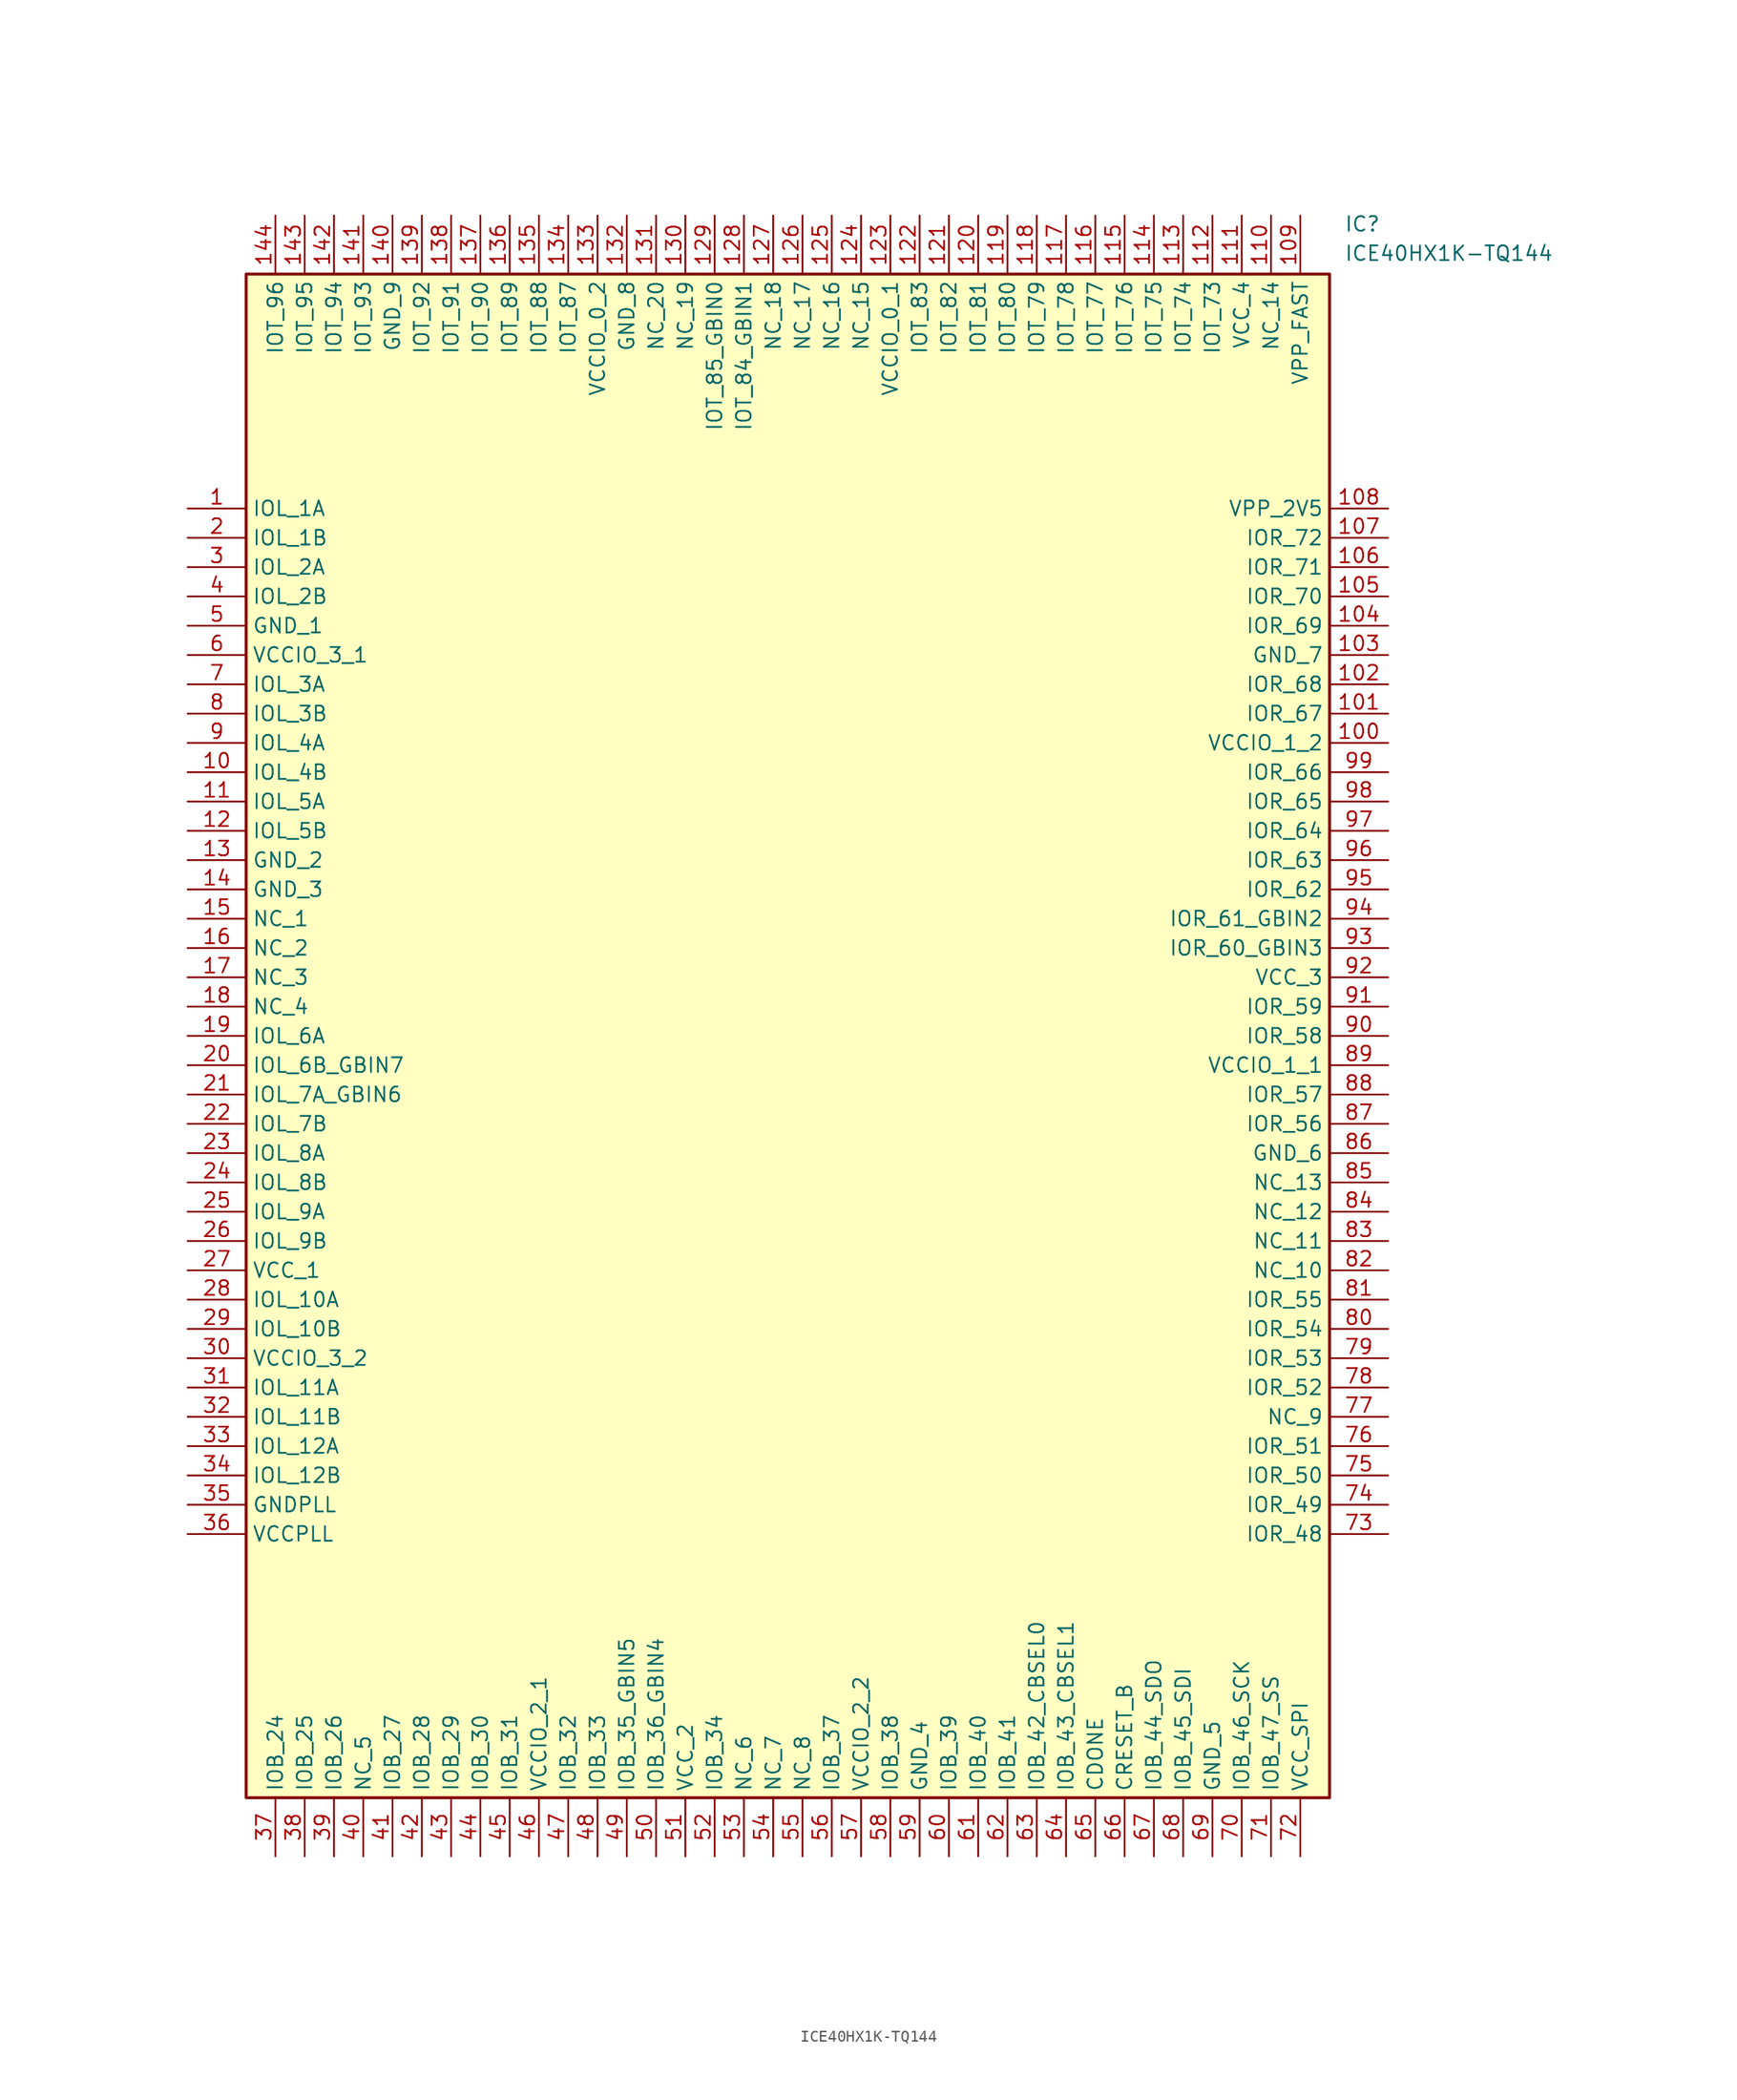
<source format=kicad_sym>
(kicad_symbol_lib
  (version 20220914)
  (generator kicad_symbol_editor)
  (symbol "ICE40HX1K-TQ144"
    (property "Reference" "IC"
      (at 100.33 25.4 0)
      (effects (font (size 1.27 1.27)) (justify left top)))
    (property "Value" "ICE40HX1K-TQ144"
      (at 100.33 22.86 0)
      (effects (font (size 1.27 1.27)) (justify left top)))
    (symbol "ICE40HX1K-TQ144_1_1"
      (rectangle (start 5.08 20.32) (end 99.06 -111.76) (stroke (width 0.254) (type default)) (fill (type background)))
      (pin passive line (at 0 0 0) (length 5.08) (name "IOL_1A" (effects (font (size 1.27 1.27)))) (number "1" (effects (font (size 1.27 1.27)))))
      (pin passive line (at 0 -22.86 0) (length 5.08) (name "IOL_4B" (effects (font (size 1.27 1.27)))) (number "10" (effects (font (size 1.27 1.27)))))
      (pin passive line (at 104.14 -20.32 180) (length 5.08) (name "VCCIO_1_2" (effects (font (size 1.27 1.27)))) (number "100" (effects (font (size 1.27 1.27)))))
      (pin passive line (at 104.14 -17.78 180) (length 5.08) (name "IOR_67" (effects (font (size 1.27 1.27)))) (number "101" (effects (font (size 1.27 1.27)))))
      (pin passive line (at 104.14 -15.24 180) (length 5.08) (name "IOR_68" (effects (font (size 1.27 1.27)))) (number "102" (effects (font (size 1.27 1.27)))))
      (pin passive line (at 104.14 -12.7 180) (length 5.08) (name "GND_7" (effects (font (size 1.27 1.27)))) (number "103" (effects (font (size 1.27 1.27)))))
      (pin passive line (at 104.14 -10.16 180) (length 5.08) (name "IOR_69" (effects (font (size 1.27 1.27)))) (number "104" (effects (font (size 1.27 1.27)))))
      (pin passive line (at 104.14 -7.62 180) (length 5.08) (name "IOR_70" (effects (font (size 1.27 1.27)))) (number "105" (effects (font (size 1.27 1.27)))))
      (pin passive line (at 104.14 -5.08 180) (length 5.08) (name "IOR_71" (effects (font (size 1.27 1.27)))) (number "106" (effects (font (size 1.27 1.27)))))
      (pin passive line (at 104.14 -2.54 180) (length 5.08) (name "IOR_72" (effects (font (size 1.27 1.27)))) (number "107" (effects (font (size 1.27 1.27)))))
      (pin passive line (at 104.14 0 180) (length 5.08) (name "VPP_2V5" (effects (font (size 1.27 1.27)))) (number "108" (effects (font (size 1.27 1.27)))))
      (pin passive line (at 96.52 25.4 270) (length 5.08) (name "VPP_FAST" (effects (font (size 1.27 1.27)))) (number "109" (effects (font (size 1.27 1.27)))))
      (pin passive line (at 0 -25.4 0) (length 5.08) (name "IOL_5A" (effects (font (size 1.27 1.27)))) (number "11" (effects (font (size 1.27 1.27)))))
      (pin passive line (at 93.98 25.4 270) (length 5.08) (name "NC_14" (effects (font (size 1.27 1.27)))) (number "110" (effects (font (size 1.27 1.27)))))
      (pin passive line (at 91.44 25.4 270) (length 5.08) (name "VCC_4" (effects (font (size 1.27 1.27)))) (number "111" (effects (font (size 1.27 1.27)))))
      (pin passive line (at 88.9 25.4 270) (length 5.08) (name "IOT_73" (effects (font (size 1.27 1.27)))) (number "112" (effects (font (size 1.27 1.27)))))
      (pin passive line (at 86.36 25.4 270) (length 5.08) (name "IOT_74" (effects (font (size 1.27 1.27)))) (number "113" (effects (font (size 1.27 1.27)))))
      (pin passive line (at 83.82 25.4 270) (length 5.08) (name "IOT_75" (effects (font (size 1.27 1.27)))) (number "114" (effects (font (size 1.27 1.27)))))
      (pin passive line (at 81.28 25.4 270) (length 5.08) (name "IOT_76" (effects (font (size 1.27 1.27)))) (number "115" (effects (font (size 1.27 1.27)))))
      (pin passive line (at 78.74 25.4 270) (length 5.08) (name "IOT_77" (effects (font (size 1.27 1.27)))) (number "116" (effects (font (size 1.27 1.27)))))
      (pin passive line (at 76.2 25.4 270) (length 5.08) (name "IOT_78" (effects (font (size 1.27 1.27)))) (number "117" (effects (font (size 1.27 1.27)))))
      (pin passive line (at 73.66 25.4 270) (length 5.08) (name "IOT_79" (effects (font (size 1.27 1.27)))) (number "118" (effects (font (size 1.27 1.27)))))
      (pin passive line (at 71.12 25.4 270) (length 5.08) (name "IOT_80" (effects (font (size 1.27 1.27)))) (number "119" (effects (font (size 1.27 1.27)))))
      (pin passive line (at 0 -27.94 0) (length 5.08) (name "IOL_5B" (effects (font (size 1.27 1.27)))) (number "12" (effects (font (size 1.27 1.27)))))
      (pin passive line (at 68.58 25.4 270) (length 5.08) (name "IOT_81" (effects (font (size 1.27 1.27)))) (number "120" (effects (font (size 1.27 1.27)))))
      (pin passive line (at 66.04 25.4 270) (length 5.08) (name "IOT_82" (effects (font (size 1.27 1.27)))) (number "121" (effects (font (size 1.27 1.27)))))
      (pin passive line (at 63.5 25.4 270) (length 5.08) (name "IOT_83" (effects (font (size 1.27 1.27)))) (number "122" (effects (font (size 1.27 1.27)))))
      (pin passive line (at 60.96 25.4 270) (length 5.08) (name "VCCIO_0_1" (effects (font (size 1.27 1.27)))) (number "123" (effects (font (size 1.27 1.27)))))
      (pin passive line (at 58.42 25.4 270) (length 5.08) (name "NC_15" (effects (font (size 1.27 1.27)))) (number "124" (effects (font (size 1.27 1.27)))))
      (pin passive line (at 55.88 25.4 270) (length 5.08) (name "NC_16" (effects (font (size 1.27 1.27)))) (number "125" (effects (font (size 1.27 1.27)))))
      (pin passive line (at 53.34 25.4 270) (length 5.08) (name "NC_17" (effects (font (size 1.27 1.27)))) (number "126" (effects (font (size 1.27 1.27)))))
      (pin passive line (at 50.8 25.4 270) (length 5.08) (name "NC_18" (effects (font (size 1.27 1.27)))) (number "127" (effects (font (size 1.27 1.27)))))
      (pin passive line (at 48.26 25.4 270) (length 5.08) (name "IOT_84_GBIN1" (effects (font (size 1.27 1.27)))) (number "128" (effects (font (size 1.27 1.27)))))
      (pin passive line (at 45.72 25.4 270) (length 5.08) (name "IOT_85_GBIN0" (effects (font (size 1.27 1.27)))) (number "129" (effects (font (size 1.27 1.27)))))
      (pin passive line (at 0 -30.48 0) (length 5.08) (name "GND_2" (effects (font (size 1.27 1.27)))) (number "13" (effects (font (size 1.27 1.27)))))
      (pin passive line (at 43.18 25.4 270) (length 5.08) (name "NC_19" (effects (font (size 1.27 1.27)))) (number "130" (effects (font (size 1.27 1.27)))))
      (pin passive line (at 40.64 25.4 270) (length 5.08) (name "NC_20" (effects (font (size 1.27 1.27)))) (number "131" (effects (font (size 1.27 1.27)))))
      (pin passive line (at 38.1 25.4 270) (length 5.08) (name "GND_8" (effects (font (size 1.27 1.27)))) (number "132" (effects (font (size 1.27 1.27)))))
      (pin passive line (at 35.56 25.4 270) (length 5.08) (name "VCCIO_0_2" (effects (font (size 1.27 1.27)))) (number "133" (effects (font (size 1.27 1.27)))))
      (pin passive line (at 33.02 25.4 270) (length 5.08) (name "IOT_87" (effects (font (size 1.27 1.27)))) (number "134" (effects (font (size 1.27 1.27)))))
      (pin passive line (at 30.48 25.4 270) (length 5.08) (name "IOT_88" (effects (font (size 1.27 1.27)))) (number "135" (effects (font (size 1.27 1.27)))))
      (pin passive line (at 27.94 25.4 270) (length 5.08) (name "IOT_89" (effects (font (size 1.27 1.27)))) (number "136" (effects (font (size 1.27 1.27)))))
      (pin passive line (at 25.4 25.4 270) (length 5.08) (name "IOT_90" (effects (font (size 1.27 1.27)))) (number "137" (effects (font (size 1.27 1.27)))))
      (pin passive line (at 22.86 25.4 270) (length 5.08) (name "IOT_91" (effects (font (size 1.27 1.27)))) (number "138" (effects (font (size 1.27 1.27)))))
      (pin passive line (at 20.32 25.4 270) (length 5.08) (name "IOT_92" (effects (font (size 1.27 1.27)))) (number "139" (effects (font (size 1.27 1.27)))))
      (pin passive line (at 0 -33.02 0) (length 5.08) (name "GND_3" (effects (font (size 1.27 1.27)))) (number "14" (effects (font (size 1.27 1.27)))))
      (pin passive line (at 17.78 25.4 270) (length 5.08) (name "GND_9" (effects (font (size 1.27 1.27)))) (number "140" (effects (font (size 1.27 1.27)))))
      (pin passive line (at 15.24 25.4 270) (length 5.08) (name "IOT_93" (effects (font (size 1.27 1.27)))) (number "141" (effects (font (size 1.27 1.27)))))
      (pin passive line (at 12.7 25.4 270) (length 5.08) (name "IOT_94" (effects (font (size 1.27 1.27)))) (number "142" (effects (font (size 1.27 1.27)))))
      (pin passive line (at 10.16 25.4 270) (length 5.08) (name "IOT_95" (effects (font (size 1.27 1.27)))) (number "143" (effects (font (size 1.27 1.27)))))
      (pin passive line (at 7.62 25.4 270) (length 5.08) (name "IOT_96" (effects (font (size 1.27 1.27)))) (number "144" (effects (font (size 1.27 1.27)))))
      (pin passive line (at 0 -35.56 0) (length 5.08) (name "NC_1" (effects (font (size 1.27 1.27)))) (number "15" (effects (font (size 1.27 1.27)))))
      (pin passive line (at 0 -38.1 0) (length 5.08) (name "NC_2" (effects (font (size 1.27 1.27)))) (number "16" (effects (font (size 1.27 1.27)))))
      (pin passive line (at 0 -40.64 0) (length 5.08) (name "NC_3" (effects (font (size 1.27 1.27)))) (number "17" (effects (font (size 1.27 1.27)))))
      (pin passive line (at 0 -43.18 0) (length 5.08) (name "NC_4" (effects (font (size 1.27 1.27)))) (number "18" (effects (font (size 1.27 1.27)))))
      (pin passive line (at 0 -45.72 0) (length 5.08) (name "IOL_6A" (effects (font (size 1.27 1.27)))) (number "19" (effects (font (size 1.27 1.27)))))
      (pin passive line (at 0 -2.54 0) (length 5.08) (name "IOL_1B" (effects (font (size 1.27 1.27)))) (number "2" (effects (font (size 1.27 1.27)))))
      (pin passive line (at 0 -48.26 0) (length 5.08) (name "IOL_6B_GBIN7" (effects (font (size 1.27 1.27)))) (number "20" (effects (font (size 1.27 1.27)))))
      (pin passive line (at 0 -50.8 0) (length 5.08) (name "IOL_7A_GBIN6" (effects (font (size 1.27 1.27)))) (number "21" (effects (font (size 1.27 1.27)))))
      (pin passive line (at 0 -53.34 0) (length 5.08) (name "IOL_7B" (effects (font (size 1.27 1.27)))) (number "22" (effects (font (size 1.27 1.27)))))
      (pin passive line (at 0 -55.88 0) (length 5.08) (name "IOL_8A" (effects (font (size 1.27 1.27)))) (number "23" (effects (font (size 1.27 1.27)))))
      (pin passive line (at 0 -58.42 0) (length 5.08) (name "IOL_8B" (effects (font (size 1.27 1.27)))) (number "24" (effects (font (size 1.27 1.27)))))
      (pin passive line (at 0 -60.96 0) (length 5.08) (name "IOL_9A" (effects (font (size 1.27 1.27)))) (number "25" (effects (font (size 1.27 1.27)))))
      (pin passive line (at 0 -63.5 0) (length 5.08) (name "IOL_9B" (effects (font (size 1.27 1.27)))) (number "26" (effects (font (size 1.27 1.27)))))
      (pin passive line (at 0 -66.04 0) (length 5.08) (name "VCC_1" (effects (font (size 1.27 1.27)))) (number "27" (effects (font (size 1.27 1.27)))))
      (pin passive line (at 0 -68.58 0) (length 5.08) (name "IOL_10A" (effects (font (size 1.27 1.27)))) (number "28" (effects (font (size 1.27 1.27)))))
      (pin passive line (at 0 -71.12 0) (length 5.08) (name "IOL_10B" (effects (font (size 1.27 1.27)))) (number "29" (effects (font (size 1.27 1.27)))))
      (pin passive line (at 0 -5.08 0) (length 5.08) (name "IOL_2A" (effects (font (size 1.27 1.27)))) (number "3" (effects (font (size 1.27 1.27)))))
      (pin passive line (at 0 -73.66 0) (length 5.08) (name "VCCIO_3_2" (effects (font (size 1.27 1.27)))) (number "30" (effects (font (size 1.27 1.27)))))
      (pin passive line (at 0 -76.2 0) (length 5.08) (name "IOL_11A" (effects (font (size 1.27 1.27)))) (number "31" (effects (font (size 1.27 1.27)))))
      (pin passive line (at 0 -78.74 0) (length 5.08) (name "IOL_11B" (effects (font (size 1.27 1.27)))) (number "32" (effects (font (size 1.27 1.27)))))
      (pin passive line (at 0 -81.28 0) (length 5.08) (name "IOL_12A" (effects (font (size 1.27 1.27)))) (number "33" (effects (font (size 1.27 1.27)))))
      (pin passive line (at 0 -83.82 0) (length 5.08) (name "IOL_12B" (effects (font (size 1.27 1.27)))) (number "34" (effects (font (size 1.27 1.27)))))
      (pin passive line (at 0 -86.36 0) (length 5.08) (name "GNDPLL" (effects (font (size 1.27 1.27)))) (number "35" (effects (font (size 1.27 1.27)))))
      (pin passive line (at 0 -88.9 0) (length 5.08) (name "VCCPLL" (effects (font (size 1.27 1.27)))) (number "36" (effects (font (size 1.27 1.27)))))
      (pin passive line (at 7.62 -116.84 90) (length 5.08) (name "IOB_24" (effects (font (size 1.27 1.27)))) (number "37" (effects (font (size 1.27 1.27)))))
      (pin passive line (at 10.16 -116.84 90) (length 5.08) (name "IOB_25" (effects (font (size 1.27 1.27)))) (number "38" (effects (font (size 1.27 1.27)))))
      (pin passive line (at 12.7 -116.84 90) (length 5.08) (name "IOB_26" (effects (font (size 1.27 1.27)))) (number "39" (effects (font (size 1.27 1.27)))))
      (pin passive line (at 0 -7.62 0) (length 5.08) (name "IOL_2B" (effects (font (size 1.27 1.27)))) (number "4" (effects (font (size 1.27 1.27)))))
      (pin passive line (at 15.24 -116.84 90) (length 5.08) (name "NC_5" (effects (font (size 1.27 1.27)))) (number "40" (effects (font (size 1.27 1.27)))))
      (pin passive line (at 17.78 -116.84 90) (length 5.08) (name "IOB_27" (effects (font (size 1.27 1.27)))) (number "41" (effects (font (size 1.27 1.27)))))
      (pin passive line (at 20.32 -116.84 90) (length 5.08) (name "IOB_28" (effects (font (size 1.27 1.27)))) (number "42" (effects (font (size 1.27 1.27)))))
      (pin passive line (at 22.86 -116.84 90) (length 5.08) (name "IOB_29" (effects (font (size 1.27 1.27)))) (number "43" (effects (font (size 1.27 1.27)))))
      (pin passive line (at 25.4 -116.84 90) (length 5.08) (name "IOB_30" (effects (font (size 1.27 1.27)))) (number "44" (effects (font (size 1.27 1.27)))))
      (pin passive line (at 27.94 -116.84 90) (length 5.08) (name "IOB_31" (effects (font (size 1.27 1.27)))) (number "45" (effects (font (size 1.27 1.27)))))
      (pin passive line (at 30.48 -116.84 90) (length 5.08) (name "VCCIO_2_1" (effects (font (size 1.27 1.27)))) (number "46" (effects (font (size 1.27 1.27)))))
      (pin passive line (at 33.02 -116.84 90) (length 5.08) (name "IOB_32" (effects (font (size 1.27 1.27)))) (number "47" (effects (font (size 1.27 1.27)))))
      (pin passive line (at 35.56 -116.84 90) (length 5.08) (name "IOB_33" (effects (font (size 1.27 1.27)))) (number "48" (effects (font (size 1.27 1.27)))))
      (pin passive line (at 38.1 -116.84 90) (length 5.08) (name "IOB_35_GBIN5" (effects (font (size 1.27 1.27)))) (number "49" (effects (font (size 1.27 1.27)))))
      (pin passive line (at 0 -10.16 0) (length 5.08) (name "GND_1" (effects (font (size 1.27 1.27)))) (number "5" (effects (font (size 1.27 1.27)))))
      (pin passive line (at 40.64 -116.84 90) (length 5.08) (name "IOB_36_GBIN4" (effects (font (size 1.27 1.27)))) (number "50" (effects (font (size 1.27 1.27)))))
      (pin passive line (at 43.18 -116.84 90) (length 5.08) (name "VCC_2" (effects (font (size 1.27 1.27)))) (number "51" (effects (font (size 1.27 1.27)))))
      (pin passive line (at 45.72 -116.84 90) (length 5.08) (name "IOB_34" (effects (font (size 1.27 1.27)))) (number "52" (effects (font (size 1.27 1.27)))))
      (pin passive line (at 48.26 -116.84 90) (length 5.08) (name "NC_6" (effects (font (size 1.27 1.27)))) (number "53" (effects (font (size 1.27 1.27)))))
      (pin passive line (at 50.8 -116.84 90) (length 5.08) (name "NC_7" (effects (font (size 1.27 1.27)))) (number "54" (effects (font (size 1.27 1.27)))))
      (pin passive line (at 53.34 -116.84 90) (length 5.08) (name "NC_8" (effects (font (size 1.27 1.27)))) (number "55" (effects (font (size 1.27 1.27)))))
      (pin passive line (at 55.88 -116.84 90) (length 5.08) (name "IOB_37" (effects (font (size 1.27 1.27)))) (number "56" (effects (font (size 1.27 1.27)))))
      (pin passive line (at 58.42 -116.84 90) (length 5.08) (name "VCCIO_2_2" (effects (font (size 1.27 1.27)))) (number "57" (effects (font (size 1.27 1.27)))))
      (pin passive line (at 60.96 -116.84 90) (length 5.08) (name "IOB_38" (effects (font (size 1.27 1.27)))) (number "58" (effects (font (size 1.27 1.27)))))
      (pin passive line (at 63.5 -116.84 90) (length 5.08) (name "GND_4" (effects (font (size 1.27 1.27)))) (number "59" (effects (font (size 1.27 1.27)))))
      (pin passive line (at 0 -12.7 0) (length 5.08) (name "VCCIO_3_1" (effects (font (size 1.27 1.27)))) (number "6" (effects (font (size 1.27 1.27)))))
      (pin passive line (at 66.04 -116.84 90) (length 5.08) (name "IOB_39" (effects (font (size 1.27 1.27)))) (number "60" (effects (font (size 1.27 1.27)))))
      (pin passive line (at 68.58 -116.84 90) (length 5.08) (name "IOB_40" (effects (font (size 1.27 1.27)))) (number "61" (effects (font (size 1.27 1.27)))))
      (pin passive line (at 71.12 -116.84 90) (length 5.08) (name "IOB_41" (effects (font (size 1.27 1.27)))) (number "62" (effects (font (size 1.27 1.27)))))
      (pin passive line (at 73.66 -116.84 90) (length 5.08) (name "IOB_42_CBSEL0" (effects (font (size 1.27 1.27)))) (number "63" (effects (font (size 1.27 1.27)))))
      (pin passive line (at 76.2 -116.84 90) (length 5.08) (name "IOB_43_CBSEL1" (effects (font (size 1.27 1.27)))) (number "64" (effects (font (size 1.27 1.27)))))
      (pin passive line (at 78.74 -116.84 90) (length 5.08) (name "CDONE" (effects (font (size 1.27 1.27)))) (number "65" (effects (font (size 1.27 1.27)))))
      (pin passive line (at 81.28 -116.84 90) (length 5.08) (name "CRESET_B" (effects (font (size 1.27 1.27)))) (number "66" (effects (font (size 1.27 1.27)))))
      (pin passive line (at 83.82 -116.84 90) (length 5.08) (name "IOB_44_SDO" (effects (font (size 1.27 1.27)))) (number "67" (effects (font (size 1.27 1.27)))))
      (pin passive line (at 86.36 -116.84 90) (length 5.08) (name "IOB_45_SDI" (effects (font (size 1.27 1.27)))) (number "68" (effects (font (size 1.27 1.27)))))
      (pin passive line (at 88.9 -116.84 90) (length 5.08) (name "GND_5" (effects (font (size 1.27 1.27)))) (number "69" (effects (font (size 1.27 1.27)))))
      (pin passive line (at 0 -15.24 0) (length 5.08) (name "IOL_3A" (effects (font (size 1.27 1.27)))) (number "7" (effects (font (size 1.27 1.27)))))
      (pin passive line (at 91.44 -116.84 90) (length 5.08) (name "IOB_46_SCK" (effects (font (size 1.27 1.27)))) (number "70" (effects (font (size 1.27 1.27)))))
      (pin passive line (at 93.98 -116.84 90) (length 5.08) (name "IOB_47_SS" (effects (font (size 1.27 1.27)))) (number "71" (effects (font (size 1.27 1.27)))))
      (pin passive line (at 96.52 -116.84 90) (length 5.08) (name "VCC_SPI" (effects (font (size 1.27 1.27)))) (number "72" (effects (font (size 1.27 1.27)))))
      (pin passive line (at 104.14 -88.9 180) (length 5.08) (name "IOR_48" (effects (font (size 1.27 1.27)))) (number "73" (effects (font (size 1.27 1.27)))))
      (pin passive line (at 104.14 -86.36 180) (length 5.08) (name "IOR_49" (effects (font (size 1.27 1.27)))) (number "74" (effects (font (size 1.27 1.27)))))
      (pin passive line (at 104.14 -83.82 180) (length 5.08) (name "IOR_50" (effects (font (size 1.27 1.27)))) (number "75" (effects (font (size 1.27 1.27)))))
      (pin passive line (at 104.14 -81.28 180) (length 5.08) (name "IOR_51" (effects (font (size 1.27 1.27)))) (number "76" (effects (font (size 1.27 1.27)))))
      (pin passive line (at 104.14 -78.74 180) (length 5.08) (name "NC_9" (effects (font (size 1.27 1.27)))) (number "77" (effects (font (size 1.27 1.27)))))
      (pin passive line (at 104.14 -76.2 180) (length 5.08) (name "IOR_52" (effects (font (size 1.27 1.27)))) (number "78" (effects (font (size 1.27 1.27)))))
      (pin passive line (at 104.14 -73.66 180) (length 5.08) (name "IOR_53" (effects (font (size 1.27 1.27)))) (number "79" (effects (font (size 1.27 1.27)))))
      (pin passive line (at 0 -17.78 0) (length 5.08) (name "IOL_3B" (effects (font (size 1.27 1.27)))) (number "8" (effects (font (size 1.27 1.27)))))
      (pin passive line (at 104.14 -71.12 180) (length 5.08) (name "IOR_54" (effects (font (size 1.27 1.27)))) (number "80" (effects (font (size 1.27 1.27)))))
      (pin passive line (at 104.14 -68.58 180) (length 5.08) (name "IOR_55" (effects (font (size 1.27 1.27)))) (number "81" (effects (font (size 1.27 1.27)))))
      (pin passive line (at 104.14 -66.04 180) (length 5.08) (name "NC_10" (effects (font (size 1.27 1.27)))) (number "82" (effects (font (size 1.27 1.27)))))
      (pin passive line (at 104.14 -63.5 180) (length 5.08) (name "NC_11" (effects (font (size 1.27 1.27)))) (number "83" (effects (font (size 1.27 1.27)))))
      (pin passive line (at 104.14 -60.96 180) (length 5.08) (name "NC_12" (effects (font (size 1.27 1.27)))) (number "84" (effects (font (size 1.27 1.27)))))
      (pin passive line (at 104.14 -58.42 180) (length 5.08) (name "NC_13" (effects (font (size 1.27 1.27)))) (number "85" (effects (font (size 1.27 1.27)))))
      (pin passive line (at 104.14 -55.88 180) (length 5.08) (name "GND_6" (effects (font (size 1.27 1.27)))) (number "86" (effects (font (size 1.27 1.27)))))
      (pin passive line (at 104.14 -53.34 180) (length 5.08) (name "IOR_56" (effects (font (size 1.27 1.27)))) (number "87" (effects (font (size 1.27 1.27)))))
      (pin passive line (at 104.14 -50.8 180) (length 5.08) (name "IOR_57" (effects (font (size 1.27 1.27)))) (number "88" (effects (font (size 1.27 1.27)))))
      (pin passive line (at 104.14 -48.26 180) (length 5.08) (name "VCCIO_1_1" (effects (font (size 1.27 1.27)))) (number "89" (effects (font (size 1.27 1.27)))))
      (pin passive line (at 0 -20.32 0) (length 5.08) (name "IOL_4A" (effects (font (size 1.27 1.27)))) (number "9" (effects (font (size 1.27 1.27)))))
      (pin passive line (at 104.14 -45.72 180) (length 5.08) (name "IOR_58" (effects (font (size 1.27 1.27)))) (number "90" (effects (font (size 1.27 1.27)))))
      (pin passive line (at 104.14 -43.18 180) (length 5.08) (name "IOR_59" (effects (font (size 1.27 1.27)))) (number "91" (effects (font (size 1.27 1.27)))))
      (pin passive line (at 104.14 -40.64 180) (length 5.08) (name "VCC_3" (effects (font (size 1.27 1.27)))) (number "92" (effects (font (size 1.27 1.27)))))
      (pin passive line (at 104.14 -38.1 180) (length 5.08) (name "IOR_60_GBIN3" (effects (font (size 1.27 1.27)))) (number "93" (effects (font (size 1.27 1.27)))))
      (pin passive line (at 104.14 -35.56 180) (length 5.08) (name "IOR_61_GBIN2" (effects (font (size 1.27 1.27)))) (number "94" (effects (font (size 1.27 1.27)))))
      (pin passive line (at 104.14 -33.02 180) (length 5.08) (name "IOR_62" (effects (font (size 1.27 1.27)))) (number "95" (effects (font (size 1.27 1.27)))))
      (pin passive line (at 104.14 -30.48 180) (length 5.08) (name "IOR_63" (effects (font (size 1.27 1.27)))) (number "96" (effects (font (size 1.27 1.27)))))
      (pin passive line (at 104.14 -27.94 180) (length 5.08) (name "IOR_64" (effects (font (size 1.27 1.27)))) (number "97" (effects (font (size 1.27 1.27)))))
      (pin passive line (at 104.14 -25.4 180) (length 5.08) (name "IOR_65" (effects (font (size 1.27 1.27)))) (number "98" (effects (font (size 1.27 1.27)))))
      (pin passive line (at 104.14 -22.86 180) (length 5.08) (name "IOR_66" (effects (font (size 1.27 1.27)))) (number "99" (effects (font (size 1.27 1.27))))))))
</source>
